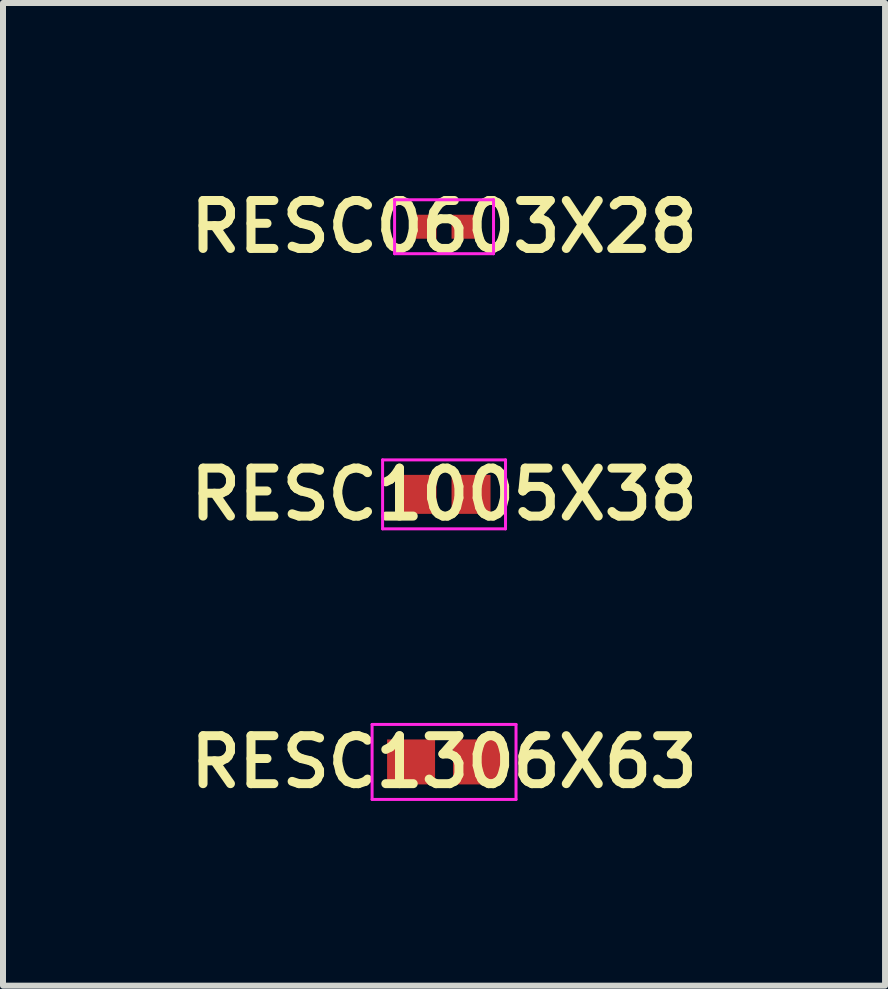
<source format=kicad_pcb>
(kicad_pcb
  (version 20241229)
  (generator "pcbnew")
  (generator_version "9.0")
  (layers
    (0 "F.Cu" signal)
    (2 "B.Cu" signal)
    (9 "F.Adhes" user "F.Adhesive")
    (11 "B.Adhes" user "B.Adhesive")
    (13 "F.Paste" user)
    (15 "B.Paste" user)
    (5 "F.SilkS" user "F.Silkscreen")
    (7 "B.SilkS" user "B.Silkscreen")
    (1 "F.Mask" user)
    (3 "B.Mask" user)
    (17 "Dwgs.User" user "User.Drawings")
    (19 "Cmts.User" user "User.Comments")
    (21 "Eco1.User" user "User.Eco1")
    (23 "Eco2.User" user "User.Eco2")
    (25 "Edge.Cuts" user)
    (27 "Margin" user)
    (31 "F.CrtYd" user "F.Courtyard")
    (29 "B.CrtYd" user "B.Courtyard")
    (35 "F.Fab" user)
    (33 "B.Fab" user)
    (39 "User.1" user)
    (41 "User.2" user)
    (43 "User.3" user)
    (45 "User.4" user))
  (footprint "RESC0603X28"
    (layer "F.Cu")
    (at 4.355 0.731)
    (property "Reference" "RESC0603X28" (at 0 0 0) (layer "F.SilkS") (effects (font (size 0.8 0.8) (thickness 0.15))))
    (attr smd)
    (fp_line (start -0.825 -0.45) (end 0.825 -0.45) (stroke (width 0.05) (type solid)) (layer "F.CrtYd"))
    (fp_line (start -0.825 0.45) (end -0.825 -0.45) (stroke (width 0.05) (type solid)) (layer "F.CrtYd"))
    (fp_line (start 0.825 -0.45) (end 0.825 0.45) (stroke (width 0.05) (type solid)) (layer "F.CrtYd"))
    (fp_line (start 0.825 0.45) (end -0.825 0.45) (stroke (width 0.05) (type solid)) (layer "F.CrtYd"))
    (pad "1" smd rect (at -0.35 0) (size 0.45 0.4) (layers "F.Cu" "F.Mask" "F.Paste"))
    (pad "2" smd rect (at 0.35 0) (size 0.45 0.4) (layers "F.Cu" "F.Mask" "F.Paste")))
  (footprint "RESC1005X38"
    (layer "F.Cu")
    (at 4.355 5.194)
    (property "Reference" "RESC1005X38" (at 0 0 0) (layer "F.SilkS") (effects (font (size 0.8 0.8) (thickness 0.15))))
    (attr smd)
    (fp_line (start -1.025 -0.575) (end 1.025 -0.575) (stroke (width 0.05) (type solid)) (layer "F.CrtYd"))
    (fp_line (start -1.025 0.575) (end -1.025 -0.575) (stroke (width 0.05) (type solid)) (layer "F.CrtYd"))
    (fp_line (start 1.025 -0.575) (end 1.025 0.575) (stroke (width 0.05) (type solid)) (layer "F.CrtYd"))
    (fp_line (start 1.025 0.575) (end -1.025 0.575) (stroke (width 0.05) (type solid)) (layer "F.CrtYd"))
    (pad "1" smd rect (at -0.45 0) (size 0.65 0.65) (layers "F.Cu" "F.Mask" "F.Paste"))
    (pad "2" smd rect (at 0.45 0) (size 0.65 0.65) (layers "F.Cu" "F.Mask" "F.Paste")))
  (footprint "RESC1306X63"
    (layer "F.Cu")
    (at 4.355 9.656)
    (property "Reference" "RESC1306X63" (at 0 0 0) (layer "F.SilkS") (effects (font (size 0.8 0.8) (thickness 0.15))))
    (attr smd)
    (fp_line (start -1.2 -0.625) (end 1.2 -0.625) (stroke (width 0.05) (type solid)) (layer "F.CrtYd"))
    (fp_line (start -1.2 0.625) (end -1.2 -0.625) (stroke (width 0.05) (type solid)) (layer "F.CrtYd"))
    (fp_line (start 1.2 -0.625) (end 1.2 0.625) (stroke (width 0.05) (type solid)) (layer "F.CrtYd"))
    (fp_line (start 1.2 0.625) (end -1.2 0.625) (stroke (width 0.05) (type solid)) (layer "F.CrtYd"))
    (pad "1" smd rect (at -0.55 0) (size 0.8 0.75) (layers "F.Cu" "F.Mask" "F.Paste"))
    (pad "2" smd rect (at 0.55 0) (size 0.8 0.75) (layers "F.Cu" "F.Mask" "F.Paste")))
  (gr_rect
    (start -3 -3)
    (end 11.709 13.387)
    (stroke (width 0.1) (type default))
    (fill no)
    (layer "Edge.Cuts")))
</source>
